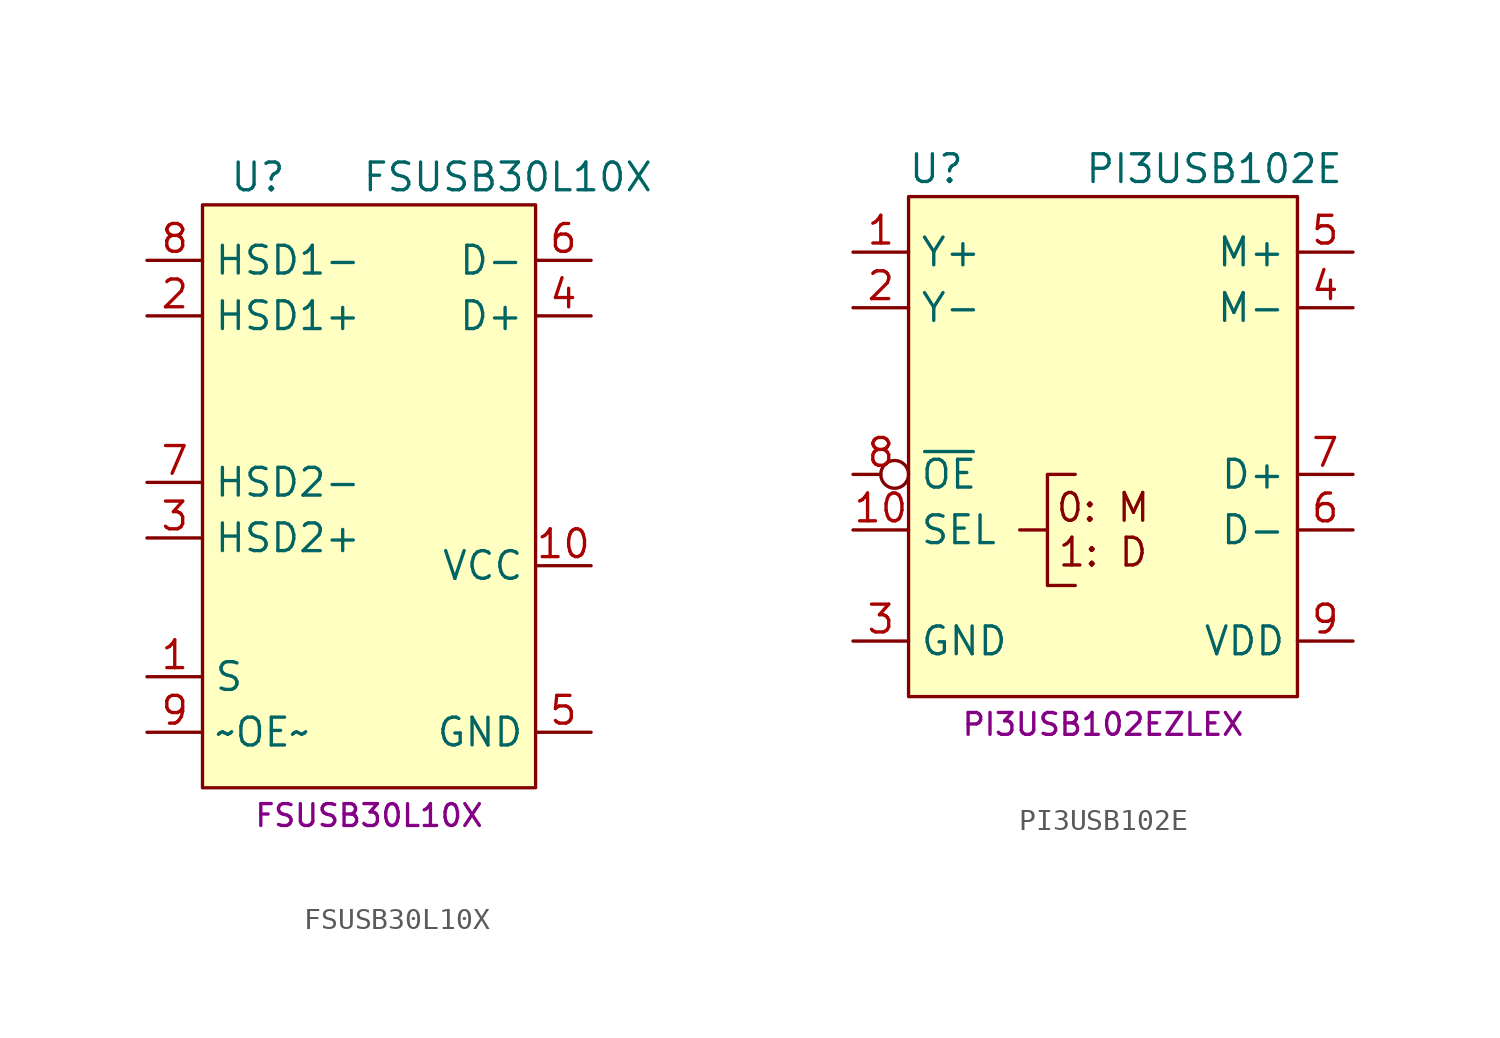
<source format=kicad_sym>
(kicad_symbol_lib
  (version 20220914)
  (generator kicad_symbol_editor)
  (symbol "FSUSB30L10X"
    (property "Reference" "U"
      (at -5.08 10.16 0)
      (effects (font (size 1.27 1.27))))
    (property "Value" "FSUSB30L10X"
      (at 6.35 10.16 0)
      (effects (font (size 1.27 1.27))))
    (property "MPN" "FSUSB30L10X"
      (at 0 -19.05 0)
      (effects (font (size 1 1))))
    (symbol "FSUSB30L10X_0_1"
      (rectangle (start -7.62 8.89) (end 7.62 -17.78) (stroke (width 0.152) (type default)) (fill (type background))))
    (symbol "FSUSB30L10X_1_1"
      (pin input line (at -10.16 -12.7 0) (length 2.54) (name "S" (effects (font (size 1.27 1.27)))) (number "1" (effects (font (size 1.27 1.27)))))
      (pin power_in line (at 10.16 -7.62 180) (length 2.54) (name "VCC" (effects (font (size 1.27 1.27)))) (number "10" (effects (font (size 1.27 1.27)))))
      (pin passive line (at -10.16 3.81 0) (length 2.54) (name "HSD1+" (effects (font (size 1.27 1.27)))) (number "2" (effects (font (size 1.27 1.27)))))
      (pin passive line (at -10.16 -6.35 0) (length 2.54) (name "HSD2+" (effects (font (size 1.27 1.27)))) (number "3" (effects (font (size 1.27 1.27)))))
      (pin passive line (at 10.16 3.81 180) (length 2.54) (name "D+" (effects (font (size 1.27 1.27)))) (number "4" (effects (font (size 1.27 1.27)))))
      (pin power_in line (at 10.16 -15.24 180) (length 2.54) (name "GND" (effects (font (size 1.27 1.27)))) (number "5" (effects (font (size 1.27 1.27)))))
      (pin passive line (at 10.16 6.35 180) (length 2.54) (name "D-" (effects (font (size 1.27 1.27)))) (number "6" (effects (font (size 1.27 1.27)))))
      (pin passive line (at -10.16 -3.81 0) (length 2.54) (name "HSD2-" (effects (font (size 1.27 1.27)))) (number "7" (effects (font (size 1.27 1.27)))))
      (pin passive line (at -10.16 6.35 0) (length 2.54) (name "HSD1-" (effects (font (size 1.27 1.27)))) (number "8" (effects (font (size 1.27 1.27)))))
      (pin input line (at -10.16 -15.24 0) (length 2.54) (name "~OE~" (effects (font (size 1.27 1.27)))) (number "9" (effects (font (size 1.27 1.27)))))))
  (symbol "PI3USB102E"
    (property "Reference" "U"
      (at -7.62 10.16 0)
      (effects (font (size 1.27 1.27))))
    (property "Value" "PI3USB102E"
      (at 5.08 10.16 0)
      (effects (font (size 1.27 1.27))))
    (property "MPN" "PI3USB102EZLEX"
      (at 0 -15.24 0)
      (effects (font (size 1 1))))
    (symbol "PI3USB102E_0_1"
      (rectangle (start -8.89 8.89) (end 8.89 -13.97) (stroke (width 0.152) (type default)) (fill (type background)))
      (polyline (pts (xy -2.54 -6.35) (xy -2.54 -8.89) (xy -1.27 -8.89)) (stroke (width 0) (type default)) (fill (type none)))
      (polyline (pts (xy -3.81 -6.35) (xy -2.54 -6.35) (xy -2.54 -3.81) (xy -1.27 -3.81)) (stroke (width 0) (type default)) (fill (type none)))
      (text "0: M\n1: D" (at 0 -6.35 0) (effects (font (size 1.27 1.27)))))
    (symbol "PI3USB102E_1_1"
      (pin bidirectional line (at -11.43 6.35 0) (length 2.54) (name "Y+" (effects (font (size 1.27 1.27)))) (number "1" (effects (font (size 1.27 1.27)))))
      (pin input line (at -11.43 -6.35 0) (length 2.54) (name "SEL" (effects (font (size 1.27 1.27)))) (number "10" (effects (font (size 1.27 1.27)))))
      (pin bidirectional line (at -11.43 3.81 0) (length 2.54) (name "Y-" (effects (font (size 1.27 1.27)))) (number "2" (effects (font (size 1.27 1.27)))))
      (pin power_in line (at -11.43 -11.43 0) (length 2.54) (name "GND" (effects (font (size 1.27 1.27)))) (number "3" (effects (font (size 1.27 1.27)))))
      (pin bidirectional line (at 11.43 3.81 180) (length 2.54) (name "M-" (effects (font (size 1.27 1.27)))) (number "4" (effects (font (size 1.27 1.27)))))
      (pin bidirectional line (at 11.43 6.35 180) (length 2.54) (name "M+" (effects (font (size 1.27 1.27)))) (number "5" (effects (font (size 1.27 1.27)))))
      (pin bidirectional line (at 11.43 -6.35 180) (length 2.54) (name "D-" (effects (font (size 1.27 1.27)))) (number "6" (effects (font (size 1.27 1.27)))))
      (pin bidirectional line (at 11.43 -3.81 180) (length 2.54) (name "D+" (effects (font (size 1.27 1.27)))) (number "7" (effects (font (size 1.27 1.27)))))
      (pin input inverted (at -11.43 -3.81 0) (length 2.54) (name "~{OE}" (effects (font (size 1.27 1.27)))) (number "8" (effects (font (size 1.27 1.27)))))
      (pin power_in line (at 11.43 -11.43 180) (length 2.54) (name "VDD" (effects (font (size 1.27 1.27)))) (number "9" (effects (font (size 1.27 1.27))))))))
</source>
